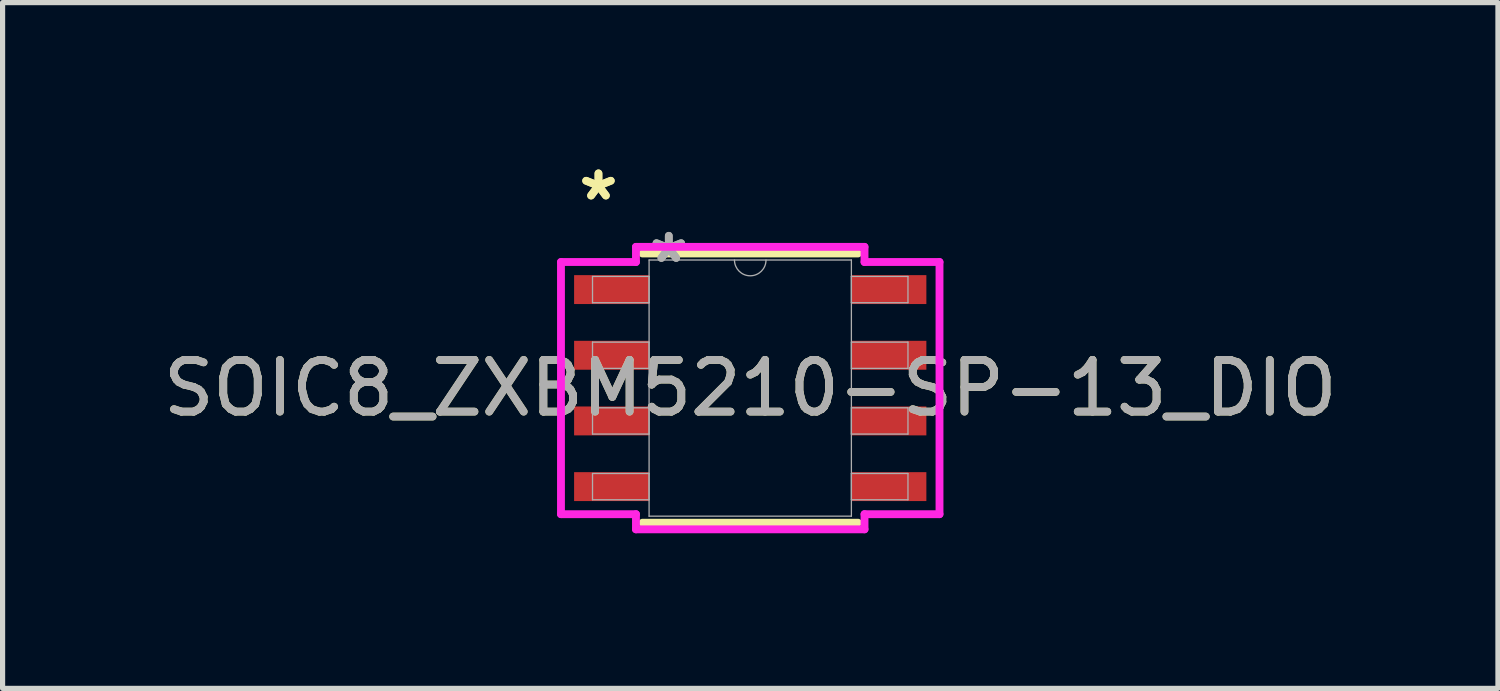
<source format=kicad_pcb>
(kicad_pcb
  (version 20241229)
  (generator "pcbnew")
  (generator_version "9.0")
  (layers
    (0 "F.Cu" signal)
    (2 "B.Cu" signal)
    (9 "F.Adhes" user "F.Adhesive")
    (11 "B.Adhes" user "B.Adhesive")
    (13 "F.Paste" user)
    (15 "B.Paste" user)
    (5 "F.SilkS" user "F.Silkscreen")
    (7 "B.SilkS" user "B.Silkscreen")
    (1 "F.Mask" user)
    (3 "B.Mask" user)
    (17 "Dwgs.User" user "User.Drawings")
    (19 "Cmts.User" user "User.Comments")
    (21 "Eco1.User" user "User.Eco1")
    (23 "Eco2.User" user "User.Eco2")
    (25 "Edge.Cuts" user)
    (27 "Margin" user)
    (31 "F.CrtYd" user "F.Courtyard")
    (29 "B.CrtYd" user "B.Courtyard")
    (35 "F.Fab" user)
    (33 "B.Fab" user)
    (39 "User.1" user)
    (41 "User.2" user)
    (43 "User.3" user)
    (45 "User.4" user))
  (footprint "SOIC8_ZXBM5210-SP-13_DIO"
    (layer "F.Cu")
    (at 11.458 4.455)
    (property "Reference" "SOIC8_ZXBM5210-SP-13_DIO" (at 0 0 0) (unlocked yes) (layer "F.SilkS") (effects (font (size 1 1) (thickness 0.15))))
    (attr smd)
    (fp_line (start -2.083 2.603) (end 2.083 2.603) (stroke (width 0.152) (type solid)) (layer "F.SilkS"))
    (fp_line (start 2.083 -2.603) (end -2.083 -2.603) (stroke (width 0.152) (type solid)) (layer "F.SilkS"))
    (fp_line (start -3.66 -2.438) (end -2.21 -2.438) (stroke (width 0.152) (type solid)) (layer "F.CrtYd"))
    (fp_line (start -3.66 2.438) (end -3.66 -2.438) (stroke (width 0.152) (type solid)) (layer "F.CrtYd"))
    (fp_line (start -3.66 2.438) (end -2.21 2.438) (stroke (width 0.152) (type solid)) (layer "F.CrtYd"))
    (fp_line (start -2.21 -2.731) (end 2.21 -2.731) (stroke (width 0.152) (type solid)) (layer "F.CrtYd"))
    (fp_line (start -2.21 -2.438) (end -2.21 -2.731) (stroke (width 0.152) (type solid)) (layer "F.CrtYd"))
    (fp_line (start -2.21 2.731) (end -2.21 2.438) (stroke (width 0.152) (type solid)) (layer "F.CrtYd"))
    (fp_line (start 2.21 -2.731) (end 2.21 -2.438) (stroke (width 0.152) (type solid)) (layer "F.CrtYd"))
    (fp_line (start 2.21 2.438) (end 2.21 2.731) (stroke (width 0.152) (type solid)) (layer "F.CrtYd"))
    (fp_line (start 2.21 2.731) (end -2.21 2.731) (stroke (width 0.152) (type solid)) (layer "F.CrtYd"))
    (fp_line (start 3.66 -2.438) (end 2.21 -2.438) (stroke (width 0.152) (type solid)) (layer "F.CrtYd"))
    (fp_line (start 3.66 -2.438) (end 3.66 2.438) (stroke (width 0.152) (type solid)) (layer "F.CrtYd"))
    (fp_line (start 3.66 2.438) (end 2.21 2.438) (stroke (width 0.152) (type solid)) (layer "F.CrtYd"))
    (fp_line (start -3.05 -2.159) (end -3.05 -1.651) (stroke (width 0.025) (type solid)) (layer "F.Fab"))
    (fp_line (start -3.05 -1.651) (end -1.956 -1.651) (stroke (width 0.025) (type solid)) (layer "F.Fab"))
    (fp_line (start -3.05 -0.889) (end -3.05 -0.381) (stroke (width 0.025) (type solid)) (layer "F.Fab"))
    (fp_line (start -3.05 -0.381) (end -1.956 -0.381) (stroke (width 0.025) (type solid)) (layer "F.Fab"))
    (fp_line (start -3.05 0.381) (end -3.05 0.889) (stroke (width 0.025) (type solid)) (layer "F.Fab"))
    (fp_line (start -3.05 0.889) (end -1.956 0.889) (stroke (width 0.025) (type solid)) (layer "F.Fab"))
    (fp_line (start -3.05 1.651) (end -3.05 2.159) (stroke (width 0.025) (type solid)) (layer "F.Fab"))
    (fp_line (start -3.05 2.159) (end -1.956 2.159) (stroke (width 0.025) (type solid)) (layer "F.Fab"))
    (fp_line (start -1.956 -2.477) (end -1.956 2.477) (stroke (width 0.025) (type solid)) (layer "F.Fab"))
    (fp_line (start -1.956 -2.159) (end -3.05 -2.159) (stroke (width 0.025) (type solid)) (layer "F.Fab"))
    (fp_line (start -1.956 -1.651) (end -1.956 -2.159) (stroke (width 0.025) (type solid)) (layer "F.Fab"))
    (fp_line (start -1.956 -0.889) (end -3.05 -0.889) (stroke (width 0.025) (type solid)) (layer "F.Fab"))
    (fp_line (start -1.956 -0.381) (end -1.956 -0.889) (stroke (width 0.025) (type solid)) (layer "F.Fab"))
    (fp_line (start -1.956 0.381) (end -3.05 0.381) (stroke (width 0.025) (type solid)) (layer "F.Fab"))
    (fp_line (start -1.956 0.889) (end -1.956 0.381) (stroke (width 0.025) (type solid)) (layer "F.Fab"))
    (fp_line (start -1.956 1.651) (end -3.05 1.651) (stroke (width 0.025) (type solid)) (layer "F.Fab"))
    (fp_line (start -1.956 2.159) (end -1.956 1.651) (stroke (width 0.025) (type solid)) (layer "F.Fab"))
    (fp_line (start -1.956 2.477) (end 1.956 2.477) (stroke (width 0.025) (type solid)) (layer "F.Fab"))
    (fp_line (start 1.956 -2.477) (end -1.956 -2.477) (stroke (width 0.025) (type solid)) (layer "F.Fab"))
    (fp_line (start 1.956 -2.159) (end 1.956 -1.651) (stroke (width 0.025) (type solid)) (layer "F.Fab"))
    (fp_line (start 1.956 -1.651) (end 3.05 -1.651) (stroke (width 0.025) (type solid)) (layer "F.Fab"))
    (fp_line (start 1.956 -0.889) (end 1.956 -0.381) (stroke (width 0.025) (type solid)) (layer "F.Fab"))
    (fp_line (start 1.956 -0.381) (end 3.05 -0.381) (stroke (width 0.025) (type solid)) (layer "F.Fab"))
    (fp_line (start 1.956 0.381) (end 1.956 0.889) (stroke (width 0.025) (type solid)) (layer "F.Fab"))
    (fp_line (start 1.956 0.889) (end 3.05 0.889) (stroke (width 0.025) (type solid)) (layer "F.Fab"))
    (fp_line (start 1.956 1.651) (end 1.956 2.159) (stroke (width 0.025) (type solid)) (layer "F.Fab"))
    (fp_line (start 1.956 2.159) (end 3.05 2.159) (stroke (width 0.025) (type solid)) (layer "F.Fab"))
    (fp_line (start 1.956 2.477) (end 1.956 -2.477) (stroke (width 0.025) (type solid)) (layer "F.Fab"))
    (fp_line (start 3.05 -2.159) (end 1.956 -2.159) (stroke (width 0.025) (type solid)) (layer "F.Fab"))
    (fp_line (start 3.05 -1.651) (end 3.05 -2.159) (stroke (width 0.025) (type solid)) (layer "F.Fab"))
    (fp_line (start 3.05 -0.889) (end 1.956 -0.889) (stroke (width 0.025) (type solid)) (layer "F.Fab"))
    (fp_line (start 3.05 -0.381) (end 3.05 -0.889) (stroke (width 0.025) (type solid)) (layer "F.Fab"))
    (fp_line (start 3.05 0.381) (end 1.956 0.381) (stroke (width 0.025) (type solid)) (layer "F.Fab"))
    (fp_line (start 3.05 0.889) (end 3.05 0.381) (stroke (width 0.025) (type solid)) (layer "F.Fab"))
    (fp_line (start 3.05 1.651) (end 1.956 1.651) (stroke (width 0.025) (type solid)) (layer "F.Fab"))
    (fp_line (start 3.05 2.159) (end 3.05 1.651) (stroke (width 0.025) (type solid)) (layer "F.Fab"))
    (fp_arc (start 0.3048 -2.4765) (mid 0 -2.1717) (end -0.3048 -2.4765) (stroke (width 0.0254) (type solid)) (layer "F.Fab"))
    (fp_text user "*" (at -2.935 -3.607 0) (layer "F.SilkS") (effects (font (size 1 1) (thickness 0.15))))
    (fp_text user "*" (at -2.935 -3.607 0) (unlocked yes) (layer "F.SilkS") (effects (font (size 1 1) (thickness 0.15))))
    (fp_text user "${REFERENCE}" (at 0 0 0) (unlocked yes) (layer "F.Fab") (effects (font (size 1 1) (thickness 0.15))))
    (fp_text user "*" (at -1.575 -2.4 0) (layer "F.Fab") (effects (font (size 1 1) (thickness 0.15))))
    (fp_text user "*" (at -1.575 -2.4 0) (unlocked yes) (layer "F.Fab") (effects (font (size 1 1) (thickness 0.15))))
    (pad "1" smd rect (at -2.681 -1.905) (size 1.45 0.559) (layers "F.Cu" "F.Mask" "F.Paste"))
    (pad "2" smd rect (at -2.681 -0.635) (size 1.45 0.559) (layers "F.Cu" "F.Mask" "F.Paste"))
    (pad "3" smd rect (at -2.681 0.635) (size 1.45 0.559) (layers "F.Cu" "F.Mask" "F.Paste"))
    (pad "4" smd rect (at -2.681 1.905) (size 1.45 0.559) (layers "F.Cu" "F.Mask" "F.Paste"))
    (pad "5" smd rect (at 2.681 1.905) (size 1.45 0.559) (layers "F.Cu" "F.Mask" "F.Paste"))
    (pad "6" smd rect (at 2.681 0.635) (size 1.45 0.559) (layers "F.Cu" "F.Mask" "F.Paste"))
    (pad "7" smd rect (at 2.681 -0.635) (size 1.45 0.559) (layers "F.Cu" "F.Mask" "F.Paste"))
    (pad "8" smd rect (at 2.681 -1.905) (size 1.45 0.559) (layers "F.Cu" "F.Mask" "F.Paste")))
  (gr_rect
    (start -3 -3)
    (end 25.917 10.262)
    (stroke (width 0.1) (type default))
    (fill no)
    (layer "Edge.Cuts")))
</source>
